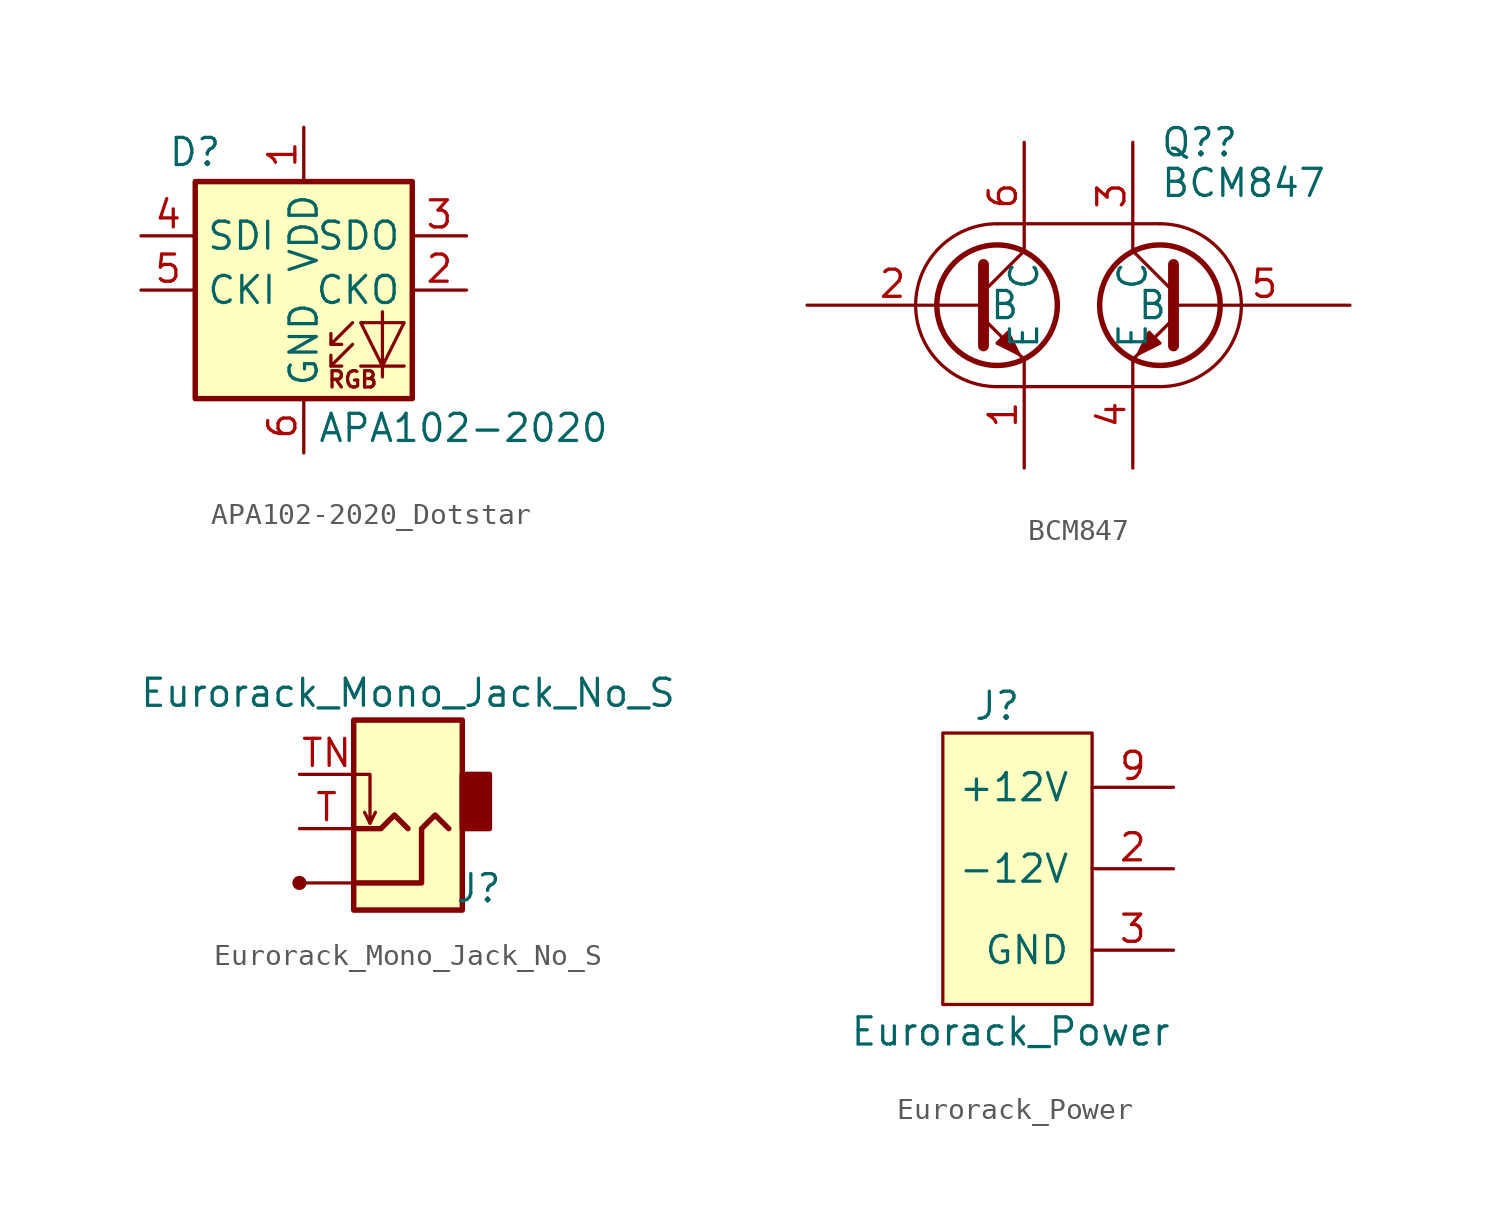
<source format=kicad_sym>
(kicad_symbol_lib
  (version 20220914)
  (generator kicad_symbol_editor)
  (symbol "APA102-2020_Dotstar"
    (property "Reference" "D"
      (at -3.81 5.715 0)
      (effects (font (size 1.27 1.27)) (justify right bottom)))
    (property "Value" "APA102-2020"
      (at 0.635 -5.715 0)
      (effects (font (size 1.27 1.27)) (justify left top)))
    (symbol "APA102-2020_Dotstar_0_0"
      (text "RGB" (at 2.286 -4.191 0) (effects (font (size 0.762 0.762)))))
    (symbol "APA102-2020_Dotstar_0_1"
      (rectangle (start -5.08 5.08) (end 5.08 -5.08) (stroke (width 0.254) (type default)) (fill (type background)))
      (polyline (pts (xy 1.27 -3.556) (xy 1.778 -3.556)) (stroke (width 0) (type default)) (fill (type none)))
      (polyline (pts (xy 1.27 -2.54) (xy 1.778 -2.54)) (stroke (width 0) (type default)) (fill (type none)))
      (polyline (pts (xy 4.699 -3.556) (xy 2.667 -3.556)) (stroke (width 0) (type default)) (fill (type none)))
      (polyline (pts (xy 2.286 -2.54) (xy 1.27 -3.556) (xy 1.27 -3.048)) (stroke (width 0) (type default)) (fill (type none)))
      (polyline (pts (xy 2.286 -1.524) (xy 1.27 -2.54) (xy 1.27 -2.032)) (stroke (width 0) (type default)) (fill (type none)))
      (polyline (pts (xy 3.683 -1.016) (xy 3.683 -3.556) (xy 3.683 -4.064)) (stroke (width 0) (type default)) (fill (type none)))
      (polyline (pts (xy 4.699 -1.524) (xy 2.667 -1.524) (xy 3.683 -3.556) (xy 4.699 -1.524)) (stroke (width 0) (type default)) (fill (type none))))
    (symbol "APA102-2020_Dotstar_1_1"
      (pin power_in line (at 0 7.62 270) (length 2.54) (name "VDD" (effects (font (size 1.27 1.27)))) (number "1" (effects (font (size 1.27 1.27)))))
      (pin output line (at 7.62 0 180) (length 2.54) (name "CKO" (effects (font (size 1.27 1.27)))) (number "2" (effects (font (size 1.27 1.27)))))
      (pin output line (at 7.62 2.54 180) (length 2.54) (name "SDO" (effects (font (size 1.27 1.27)))) (number "3" (effects (font (size 1.27 1.27)))))
      (pin input line (at -7.62 2.54 0) (length 2.54) (name "SDI" (effects (font (size 1.27 1.27)))) (number "4" (effects (font (size 1.27 1.27)))))
      (pin input line (at -7.62 0 0) (length 2.54) (name "CKI" (effects (font (size 1.27 1.27)))) (number "5" (effects (font (size 1.27 1.27)))))
      (pin power_in line (at 0 -7.62 90) (length 2.54) (name "GND" (effects (font (size 1.27 1.27)))) (number "6" (effects (font (size 1.27 1.27)))))))
  (symbol "BCM847"
    (property "Reference" "Q?"
      (at 3.81 7.62 0)
      (effects (font (size 1.27 1.27)) (justify left)))
    (property "Value" "BCM847"
      (at 3.81 5.715 0)
      (effects (font (size 1.27 1.27)) (justify left)))
    (symbol "BCM847_0_1"
      (arc (start -7.62 0) (mid -6.5036 -2.6936) (end -3.81 -3.81) (stroke (width 0) (type default)) (fill (type none)))
      (circle (center -3.81 0) (radius 2.819) (stroke (width 0.254) (type default)) (fill (type none)))
      (arc (start -3.81 3.81) (mid -6.5033 2.6933) (end -7.62 0) (stroke (width 0) (type default)) (fill (type none)))
      (polyline (pts (xy -4.445 0.635) (xy -2.54 2.54)) (stroke (width 0) (type default)) (fill (type none)))
      (polyline (pts (xy 3.81 -3.81) (xy -3.81 -3.81)) (stroke (width 0) (type default)) (fill (type none)))
      (polyline (pts (xy 3.81 3.81) (xy -3.81 3.81)) (stroke (width 0) (type default)) (fill (type none)))
      (polyline (pts (xy 4.445 0.635) (xy 2.54 2.54)) (stroke (width 0) (type default)) (fill (type none)))
      (polyline (pts (xy -4.445 -0.635) (xy -2.54 -2.54) (xy -2.54 -2.54)) (stroke (width 0) (type default)) (fill (type none)))
      (polyline (pts (xy -4.445 1.905) (xy -4.445 -1.905) (xy -4.445 -1.905)) (stroke (width 0.508) (type default)) (fill (type none)))
      (polyline (pts (xy 4.445 -0.635) (xy 2.54 -2.54) (xy 2.54 -2.54)) (stroke (width 0) (type default)) (fill (type none)))
      (polyline (pts (xy 4.445 1.905) (xy 4.445 -1.905) (xy 4.445 -1.905)) (stroke (width 0.508) (type default)) (fill (type none)))
      (polyline (pts (xy -3.81 -1.778) (xy -3.302 -1.27) (xy -2.794 -2.286) (xy -3.81 -1.778) (xy -3.81 -1.778)) (stroke (width 0) (type default)) (fill (type outline)))
      (polyline (pts (xy 3.81 -1.778) (xy 3.302 -1.27) (xy 2.794 -2.286) (xy 3.81 -1.778) (xy 3.81 -1.778)) (stroke (width 0) (type default)) (fill (type outline)))
      (arc (start 3.81 -3.81) (mid 6.5037 -2.6937) (end 7.62 0) (stroke (width 0) (type default)) (fill (type none)))
      (circle (center 3.81 0) (radius 2.819) (stroke (width 0.254) (type default)) (fill (type none)))
      (arc (start 7.62 0) (mid 6.5035 2.6935) (end 3.81 3.81) (stroke (width 0) (type default)) (fill (type none))))
    (symbol "BCM847_1_1"
      (pin passive line (at -2.54 -7.62 90) (length 5) (name "E" (effects (font (size 1.27 1.27)))) (number "1" (effects (font (size 1.27 1.27)))))
      (pin input line (at -12.7 0 0) (length 8) (name "B" (effects (font (size 1.27 1.27)))) (number "2" (effects (font (size 1.27 1.27)))))
      (pin passive line (at 2.54 7.62 270) (length 5) (name "C" (effects (font (size 1.27 1.27)))) (number "3" (effects (font (size 1.27 1.27)))))
      (pin passive line (at 2.54 -7.62 90) (length 5) (name "E" (effects (font (size 1.27 1.27)))) (number "4" (effects (font (size 1.27 1.27)))))
      (pin input line (at 12.7 0 180) (length 8) (name "B" (effects (font (size 1.27 1.27)))) (number "5" (effects (font (size 1.27 1.27)))))
      (pin passive line (at -2.54 7.62 270) (length 5) (name "C" (effects (font (size 1.27 1.27)))) (number "6" (effects (font (size 1.27 1.27)))))))
  (symbol "Eurorack_Mono_Jack_No_S"
    (pin_names hide)
    (property "Reference" "J"
      (at 3.302 -4.064 0)
      (effects (font (size 1.27 1.27))))
    (property "Value" "Eurorack_Mono_Jack_No_S"
      (at 0 5.08 0)
      (effects (font (size 1.27 1.27))))
    (symbol "Eurorack_Mono_Jack_No_S_0_1"
      (rectangle (start -2.54 -5.08) (end 2.54 3.81) (stroke (width 0.254) (type default)) (fill (type background)))
      (polyline (pts (xy -2.54 -3.81) (xy -5.08 -3.81)) (stroke (width 0) (type default)) (fill (type none)))
      (polyline (pts (xy -1.778 -1.016) (xy -2.032 -0.508)) (stroke (width 0) (type default)) (fill (type none)))
      (polyline (pts (xy -2.54 1.27) (xy -1.778 1.27) (xy -1.778 -1.016) (xy -1.524 -0.508)) (stroke (width 0) (type default)) (fill (type none)))
      (polyline (pts (xy 0 -1.27) (xy -0.635 -0.635) (xy -1.27 -1.27) (xy -2.54 -1.27)) (stroke (width 0.254) (type default)) (fill (type none)))
      (polyline (pts (xy -2.54 -3.81) (xy 0.635 -3.81) (xy 0.635 -1.27) (xy 1.27 -0.635) (xy 1.905 -1.27)) (stroke (width 0.254) (type default)) (fill (type none)))
      (rectangle (start 2.54 -1.27) (end 3.81 1.27) (stroke (width 0.254) (type default)) (fill (type outline))))
    (symbol "Eurorack_Mono_Jack_No_S_1_1"
      (circle (center -5.08 -3.81) (radius 0.254) (stroke (width 0) (type default)) (fill (type outline)))
      (pin passive line (at -5.08 -1.27 0) (length 2.54) (name "Tip" (effects (font (size 1.27 1.27)))) (number "T" (effects (font (size 1.27 1.27)))))
      (pin passive line (at -5.08 1.27 0) (length 2.54) (name "Tip_normalize" (effects (font (size 1.27 1.27)))) (number "TN" (effects (font (size 1.27 1.27)))))))
  (symbol "Eurorack_Power"
    (pin_names
      (offset 1.016))
    (property "Reference" "J"
      (at -0.635 7.62 0)
      (effects (font (size 1.27 1.27))))
    (property "Value" "Eurorack_Power"
      (at 0 -7.62 0)
      (effects (font (size 1.27 1.27))))
    (symbol "Eurorack_Power_0_1"
      (rectangle (start -3.175 6.35) (end 3.81 -6.35) (stroke (width 0) (type default)) (fill (type background))))
    (symbol "Eurorack_Power_1_1"
      (pin power_out line (at 7.62 0 180) (length 3.81) hide (name "-12V" (effects (font (size 1.27 1.27)))) (number "1" (effects (font (size 1.27 1.27)))))
      (pin passive line (at 7.62 3.81 180) (length 3.81) hide (name "+12V" (effects (font (size 1.27 1.27)))) (number "10" (effects (font (size 1.27 1.27)))))
      (pin passive line (at 7.62 0 180) (length 3.81) (name "-12V" (effects (font (size 1.27 1.27)))) (number "2" (effects (font (size 1.27 1.27)))))
      (pin power_out line (at 7.62 -3.81 180) (length 3.81) (name "GND" (effects (font (size 1.27 1.27)))) (number "3" (effects (font (size 1.27 1.27)))))
      (pin passive line (at 7.62 -3.81 180) (length 3.81) hide (name "GND" (effects (font (size 1.27 1.27)))) (number "4" (effects (font (size 1.27 1.27)))))
      (pin passive line (at 7.62 -3.81 180) (length 3.81) hide (name "GND" (effects (font (size 1.27 1.27)))) (number "5" (effects (font (size 1.27 1.27)))))
      (pin passive line (at 7.62 -3.81 180) (length 3.81) hide (name "GND" (effects (font (size 1.27 1.27)))) (number "6" (effects (font (size 1.27 1.27)))))
      (pin passive line (at 7.62 -3.81 180) (length 3.81) hide (name "GND" (effects (font (size 1.27 1.27)))) (number "7" (effects (font (size 1.27 1.27)))))
      (pin passive line (at 7.62 -3.81 180) (length 3.81) hide (name "GND" (effects (font (size 1.27 1.27)))) (number "8" (effects (font (size 1.27 1.27)))))
      (pin power_out line (at 7.62 3.81 180) (length 3.81) (name "+12V" (effects (font (size 1.27 1.27)))) (number "9" (effects (font (size 1.27 1.27))))))))
</source>
